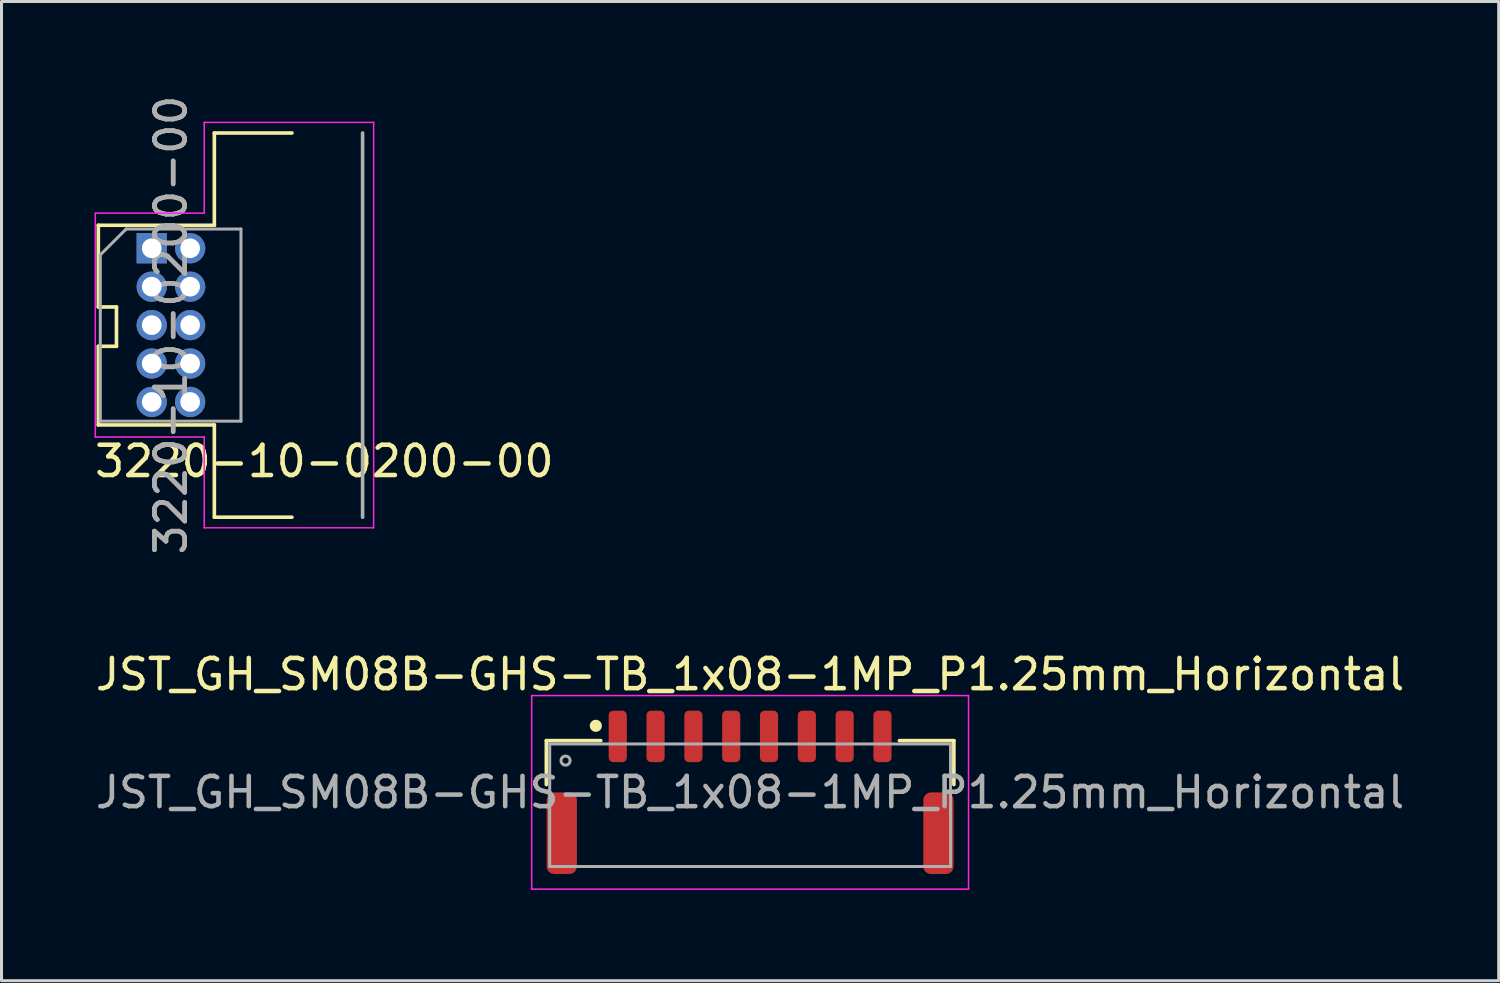
<source format=kicad_pcb>
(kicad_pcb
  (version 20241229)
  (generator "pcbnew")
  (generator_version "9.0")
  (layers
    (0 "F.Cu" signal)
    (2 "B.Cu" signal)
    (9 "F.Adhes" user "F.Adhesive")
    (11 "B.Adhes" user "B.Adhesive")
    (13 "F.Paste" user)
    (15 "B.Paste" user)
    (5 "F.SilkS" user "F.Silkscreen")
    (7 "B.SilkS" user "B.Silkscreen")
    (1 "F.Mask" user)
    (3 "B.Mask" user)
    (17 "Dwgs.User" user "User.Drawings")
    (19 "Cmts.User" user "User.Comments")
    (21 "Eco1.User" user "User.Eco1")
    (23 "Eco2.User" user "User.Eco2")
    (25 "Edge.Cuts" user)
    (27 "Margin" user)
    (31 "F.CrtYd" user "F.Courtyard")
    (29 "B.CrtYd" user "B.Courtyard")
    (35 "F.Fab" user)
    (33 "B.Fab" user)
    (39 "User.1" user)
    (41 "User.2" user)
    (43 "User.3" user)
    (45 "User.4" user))
  (footprint "JST_GH_SM08B-GHS-TB_1x08-1MP_P1.25mm_Horizontal"
    (layer "F.Cu")
    (at 21.744 23.141)
    (property "Reference" "JST_GH_SM08B-GHS-TB_1x08-1MP_P1.25mm_Horizontal" (at 0 -3.9 0) (layer "F.SilkS") (effects (font (size 1 1) (thickness 0.15))))
    (attr smd)
    (fp_line (start -6.735 -1.71) (end -4.935 -1.71) (stroke (width 0.12) (type solid)) (layer "F.SilkS"))
    (fp_line (start -6.735 -0.26) (end -6.735 -1.71) (stroke (width 0.12) (type solid)) (layer "F.SilkS"))
    (fp_line (start 6.735 -1.71) (end 4.935 -1.71) (stroke (width 0.12) (type solid)) (layer "F.SilkS"))
    (fp_line (start 6.735 -0.26) (end 6.735 -1.71) (stroke (width 0.12) (type solid)) (layer "F.SilkS"))
    (fp_circle (center -5.1 -2.2) (end -4.95 -2.2) (stroke (width 0.1) (type solid)) (fill yes) (layer "F.SilkS"))
    (fp_line (start -7.22 -3.2) (end -7.22 3.2) (stroke (width 0.05) (type solid)) (layer "F.CrtYd"))
    (fp_line (start -7.22 3.2) (end 7.22 3.2) (stroke (width 0.05) (type solid)) (layer "F.CrtYd"))
    (fp_line (start 7.22 -3.2) (end -7.22 -3.2) (stroke (width 0.05) (type solid)) (layer "F.CrtYd"))
    (fp_line (start 7.22 3.2) (end 7.22 -3.2) (stroke (width 0.05) (type solid)) (layer "F.CrtYd"))
    (fp_line (start -6.625 -1.6) (end -6.625 2.45) (stroke (width 0.1) (type solid)) (layer "F.Fab"))
    (fp_line (start -6.625 -1.6) (end 6.625 -1.6) (stroke (width 0.1) (type solid)) (layer "F.Fab"))
    (fp_line (start -6.625 2.45) (end 6.625 2.45) (stroke (width 0.1) (type solid)) (layer "F.Fab"))
    (fp_line (start 6.625 -1.6) (end 6.625 2.45) (stroke (width 0.1) (type solid)) (layer "F.Fab"))
    (fp_circle (center -6.1 -1.05) (end -5.95 -1.05) (stroke (width 0.1) (type solid)) (fill no) (layer "F.Fab"))
    (fp_text user "${REFERENCE}" (at 0 0 0) (layer "F.Fab") (effects (font (size 1 1) (thickness 0.15))))
    (pad "1" smd roundrect (at -4.375 -1.85) (size 0.6 1.7) (layers "F.Cu" "F.Mask" "F.Paste") (roundrect_rratio 0.25))
    (pad "2" smd roundrect (at -3.125 -1.85) (size 0.6 1.7) (layers "F.Cu" "F.Mask" "F.Paste") (roundrect_rratio 0.25))
    (pad "3" smd roundrect (at -1.875 -1.85) (size 0.6 1.7) (layers "F.Cu" "F.Mask" "F.Paste") (roundrect_rratio 0.25))
    (pad "4" smd roundrect (at -0.625 -1.85) (size 0.6 1.7) (layers "F.Cu" "F.Mask" "F.Paste") (roundrect_rratio 0.25))
    (pad "5" smd roundrect (at 0.625 -1.85) (size 0.6 1.7) (layers "F.Cu" "F.Mask" "F.Paste") (roundrect_rratio 0.25))
    (pad "6" smd roundrect (at 1.875 -1.85) (size 0.6 1.7) (layers "F.Cu" "F.Mask" "F.Paste") (roundrect_rratio 0.25))
    (pad "7" smd roundrect (at 3.125 -1.85) (size 0.6 1.7) (layers "F.Cu" "F.Mask" "F.Paste") (roundrect_rratio 0.25))
    (pad "8" smd roundrect (at 4.375 -1.85) (size 0.6 1.7) (layers "F.Cu" "F.Mask" "F.Paste") (roundrect_rratio 0.25))
    (pad "MP1" smd roundrect (at -6.225 1.35) (size 1 2.7) (layers "F.Cu" "F.Mask" "F.Paste") (roundrect_rratio 0.25))
    (pad "MP2" smd roundrect (at 6.225 1.35) (size 1 2.7) (layers "F.Cu" "F.Mask" "F.Paste") (roundrect_rratio 0.25)))
  (footprint "3220-10-0200-00"
    (layer "F.Cu")
    (at 2.6 7.696)
    (property "Reference" "3220-10-0200-00" (at -2.6 4.5 0) (unlocked yes) (layer "F.SilkS") (effects (font (size 1 1) (thickness 0.15)) (justify left)))
    (attr through_hole)
    (fp_line (start -2.4 -3.3) (end -2.4 -0.6) (stroke (width 0.12) (type solid)) (layer "F.SilkS"))
    (fp_line (start -2.4 -3.3) (end 1.435 -3.3) (stroke (width 0.12) (type solid)) (layer "F.SilkS"))
    (fp_line (start -2.4 -0.6) (end -1.8 -0.6) (stroke (width 0.12) (type solid)) (layer "F.SilkS"))
    (fp_line (start -2.4 0.7) (end -1.8 0.7) (stroke (width 0.12) (type solid)) (layer "F.SilkS"))
    (fp_line (start -2.4 3.3) (end -2.4 0.7) (stroke (width 0.12) (type solid)) (layer "F.SilkS"))
    (fp_line (start -1.8 0.7) (end -1.8 -0.6) (stroke (width 0.12) (type solid)) (layer "F.SilkS"))
    (fp_line (start 1.435 -6.35) (end 1.435 -3.3) (stroke (width 0.12) (type solid)) (layer "F.SilkS"))
    (fp_line (start 1.435 -6.35) (end 4 -6.35) (stroke (width 0.12) (type solid)) (layer "F.SilkS"))
    (fp_line (start 1.435 3.3) (end -2.4 3.3) (stroke (width 0.12) (type solid)) (layer "F.SilkS"))
    (fp_line (start 1.435 6.35) (end 1.435 3.3) (stroke (width 0.12) (type solid)) (layer "F.SilkS"))
    (fp_line (start 4 6.35) (end 1.435 6.35) (stroke (width 0.12) (type solid)) (layer "F.SilkS"))
    (fp_line (start -2.5 -3.7) (end -2.5 3.7) (stroke (width 0.05) (type solid)) (layer "F.CrtYd"))
    (fp_line (start -2.5 3.7) (end 1.1 3.7) (stroke (width 0.05) (type solid)) (layer "F.CrtYd"))
    (fp_line (start 1.1 -6.7) (end 6.7 -6.7) (stroke (width 0.05) (type solid)) (layer "F.CrtYd"))
    (fp_line (start 1.1 -3.7) (end -2.5 -3.7) (stroke (width 0.05) (type solid)) (layer "F.CrtYd"))
    (fp_line (start 1.1 -3.7) (end 1.1 -6.7) (stroke (width 0.05) (type solid)) (layer "F.CrtYd"))
    (fp_line (start 1.1 6.7) (end 1.1 3.7) (stroke (width 0.05) (type solid)) (layer "F.CrtYd"))
    (fp_line (start 6.7 -6.7) (end 6.7 6.7) (stroke (width 0.05) (type solid)) (layer "F.CrtYd"))
    (fp_line (start 6.7 6.7) (end 1.1 6.7) (stroke (width 0.05) (type solid)) (layer "F.CrtYd"))
    (fp_line (start -2.335 -2.322) (end -1.482 -3.175) (stroke (width 0.1) (type solid)) (layer "F.Fab"))
    (fp_line (start -2.335 3.175) (end -2.335 -2.322) (stroke (width 0.1) (type solid)) (layer "F.Fab"))
    (fp_line (start -1.482 -3.175) (end 2.315 -3.175) (stroke (width 0.1) (type solid)) (layer "F.Fab"))
    (fp_line (start 2.315 -3.175) (end 2.315 3.175) (stroke (width 0.1) (type solid)) (layer "F.Fab"))
    (fp_line (start 2.315 3.175) (end -2.335 3.175) (stroke (width 0.1) (type solid)) (layer "F.Fab"))
    (fp_line (start 6.335 6.35) (end 6.335 -6.35) (stroke (width 0.12) (type solid)) (layer "F.Fab"))
    (fp_text user "${REFERENCE}" (at 0 0 90) (layer "F.Fab") (effects (font (size 1 1) (thickness 0.15))))
    (fp_text user "${REFERENCE}" (at 0 0 90) (layer "F.Fab") (effects (font (size 1 1) (thickness 0.15))))
    (pad "1" thru_hole rect (at -0.635 -2.54) (size 1 1) (drill 0.65) (layers "*.Cu" "*.Mask"))
    (pad "2" thru_hole oval (at 0.635 -2.54) (size 1 1) (drill 0.65) (layers "*.Cu" "*.Mask"))
    (pad "3" thru_hole oval (at -0.635 -1.27) (size 1 1) (drill 0.65) (layers "*.Cu" "*.Mask"))
    (pad "4" thru_hole oval (at 0.635 -1.27) (size 1 1) (drill 0.65) (layers "*.Cu" "*.Mask"))
    (pad "5" thru_hole oval (at -0.635 0) (size 1 1) (drill 0.65) (layers "*.Cu" "*.Mask"))
    (pad "6" thru_hole oval (at 0.635 0) (size 1 1) (drill 0.65) (layers "*.Cu" "*.Mask"))
    (pad "7" thru_hole oval (at -0.635 1.27) (size 1 1) (drill 0.65) (layers "*.Cu" "*.Mask"))
    (pad "8" thru_hole oval (at 0.635 1.27) (size 1 1) (drill 0.65) (layers "*.Cu" "*.Mask"))
    (pad "9" thru_hole oval (at -0.635 2.54) (size 1 1) (drill 0.65) (layers "*.Cu" "*.Mask"))
    (pad "10" thru_hole oval (at 0.635 2.54) (size 1 1) (drill 0.65) (layers "*.Cu" "*.Mask")))
  (gr_rect
    (start -3 -3)
    (end 46.488 29.366)
    (stroke (width 0.1) (type default))
    (fill no)
    (layer "Edge.Cuts")))
</source>
